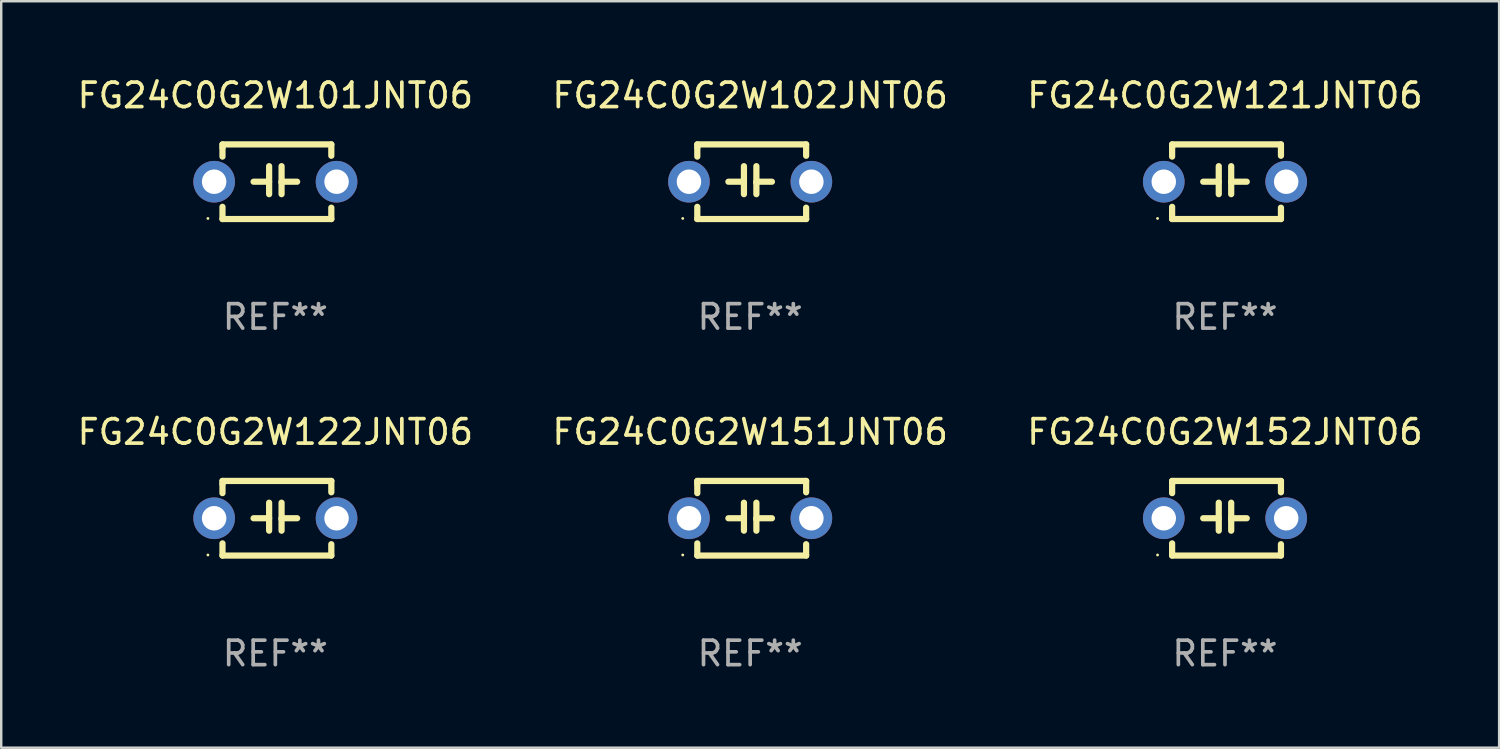
<source format=kicad_pcb>
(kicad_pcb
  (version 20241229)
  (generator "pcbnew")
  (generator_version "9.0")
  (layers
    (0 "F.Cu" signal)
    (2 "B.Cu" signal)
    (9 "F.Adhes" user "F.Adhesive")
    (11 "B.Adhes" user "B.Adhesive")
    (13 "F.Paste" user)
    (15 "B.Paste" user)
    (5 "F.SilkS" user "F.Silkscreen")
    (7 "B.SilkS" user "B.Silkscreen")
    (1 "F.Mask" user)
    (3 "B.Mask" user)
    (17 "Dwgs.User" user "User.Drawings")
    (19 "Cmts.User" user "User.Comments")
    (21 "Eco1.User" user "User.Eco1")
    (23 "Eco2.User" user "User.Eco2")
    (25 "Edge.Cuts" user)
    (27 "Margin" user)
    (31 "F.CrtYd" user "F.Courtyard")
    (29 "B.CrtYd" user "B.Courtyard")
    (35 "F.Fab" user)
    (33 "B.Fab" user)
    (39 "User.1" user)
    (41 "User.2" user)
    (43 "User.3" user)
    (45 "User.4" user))
  (footprint "FG24C0G2W121JNT06"
    (layer "F.Cu")
    (at 46.982 4.372)
    (property "Reference" "FG24C0G2W121JNT06" (at 0 -3.524 0) (layer "F.SilkS") (effects (font (size 1 1) (thickness 0.15))))
    (attr through_hole)
    (fp_line (start -2.159 -1.524) (end 2.286 -1.524) (stroke (width 0.254) (type solid)) (layer "F.SilkS"))
    (fp_line (start -2.159 -1.397) (end -2.159 -1.524) (stroke (width 0.254) (type solid)) (layer "F.SilkS"))
    (fp_line (start -2.159 -1.026) (end -2.159 -1.397) (stroke (width 0.254) (type solid)) (layer "F.SilkS"))
    (fp_line (start -2.159 1.524) (end -2.159 1.026) (stroke (width 0.254) (type solid)) (layer "F.SilkS"))
    (fp_line (start -0.889 0) (end -0.254 0) (stroke (width 0.254) (type solid)) (layer "F.SilkS"))
    (fp_line (start -0.254 0.508) (end -0.254 -0.635) (stroke (width 0.254) (type solid)) (layer "F.SilkS"))
    (fp_line (start 0.254 -0.635) (end 0.254 0.508) (stroke (width 0.254) (type solid)) (layer "F.SilkS"))
    (fp_line (start 0.254 0.04) (end 0.254 0.02) (stroke (width 0.254) (type solid)) (layer "F.SilkS"))
    (fp_line (start 0.889 0) (end 0.254 0) (stroke (width 0.254) (type solid)) (layer "F.SilkS"))
    (fp_line (start 2.286 -1.524) (end 2.286 -1.06) (stroke (width 0.254) (type solid)) (layer "F.SilkS"))
    (fp_line (start 2.286 1.06) (end 2.286 1.524) (stroke (width 0.254) (type solid)) (layer "F.SilkS"))
    (fp_line (start 2.286 1.524) (end -2.159 1.524) (stroke (width 0.254) (type solid)) (layer "F.SilkS"))
    (fp_circle (center -2.754 1.5) (end -2.724 1.5) (stroke (width 0.06) (type solid)) (fill no) (layer "F.SilkS"))
    (fp_text user "REF**" (at 0 5.524 0) (layer "F.Fab") (effects (font (size 1 1) (thickness 0.15))))
    (pad "1" thru_hole circle (at -2.5 0) (size 1.7 1.7) (drill 1) (layers "*.Cu" "*.Mask"))
    (pad "2" thru_hole circle (at 2.5 0) (size 1.7 1.7) (drill 1) (layers "*.Cu" "*.Mask")))
  (footprint "FG24C0G2W101JNT06"
    (layer "F.Cu")
    (at 8.196 4.372)
    (property "Reference" "FG24C0G2W101JNT06" (at 0 -3.524 0) (layer "F.SilkS") (effects (font (size 1 1) (thickness 0.15))))
    (attr through_hole)
    (fp_line (start -2.159 -1.524) (end 2.286 -1.524) (stroke (width 0.254) (type solid)) (layer "F.SilkS"))
    (fp_line (start -2.159 -1.397) (end -2.159 -1.524) (stroke (width 0.254) (type solid)) (layer "F.SilkS"))
    (fp_line (start -2.159 -1.026) (end -2.159 -1.397) (stroke (width 0.254) (type solid)) (layer "F.SilkS"))
    (fp_line (start -2.159 1.524) (end -2.159 1.026) (stroke (width 0.254) (type solid)) (layer "F.SilkS"))
    (fp_line (start -0.889 0) (end -0.254 0) (stroke (width 0.254) (type solid)) (layer "F.SilkS"))
    (fp_line (start -0.254 0.508) (end -0.254 -0.635) (stroke (width 0.254) (type solid)) (layer "F.SilkS"))
    (fp_line (start 0.254 -0.635) (end 0.254 0.508) (stroke (width 0.254) (type solid)) (layer "F.SilkS"))
    (fp_line (start 0.254 0.04) (end 0.254 0.02) (stroke (width 0.254) (type solid)) (layer "F.SilkS"))
    (fp_line (start 0.889 0) (end 0.254 0) (stroke (width 0.254) (type solid)) (layer "F.SilkS"))
    (fp_line (start 2.286 -1.524) (end 2.286 -1.06) (stroke (width 0.254) (type solid)) (layer "F.SilkS"))
    (fp_line (start 2.286 1.06) (end 2.286 1.524) (stroke (width 0.254) (type solid)) (layer "F.SilkS"))
    (fp_line (start 2.286 1.524) (end -2.159 1.524) (stroke (width 0.254) (type solid)) (layer "F.SilkS"))
    (fp_circle (center -2.754 1.5) (end -2.724 1.5) (stroke (width 0.06) (type solid)) (fill no) (layer "F.SilkS"))
    (fp_text user "REF**" (at 0 5.524 0) (layer "F.Fab") (effects (font (size 1 1) (thickness 0.15))))
    (pad "1" thru_hole circle (at -2.5 0) (size 1.7 1.7) (drill 1) (layers "*.Cu" "*.Mask"))
    (pad "2" thru_hole circle (at 2.5 0) (size 1.7 1.7) (drill 1) (layers "*.Cu" "*.Mask")))
  (footprint "FG24C0G2W152JNT06"
    (layer "F.Cu")
    (at 46.982 18.117)
    (property "Reference" "FG24C0G2W152JNT06" (at 0 -3.524 0) (layer "F.SilkS") (effects (font (size 1 1) (thickness 0.15))))
    (attr through_hole)
    (fp_line (start -2.159 -1.524) (end 2.286 -1.524) (stroke (width 0.254) (type solid)) (layer "F.SilkS"))
    (fp_line (start -2.159 -1.397) (end -2.159 -1.524) (stroke (width 0.254) (type solid)) (layer "F.SilkS"))
    (fp_line (start -2.159 -1.026) (end -2.159 -1.397) (stroke (width 0.254) (type solid)) (layer "F.SilkS"))
    (fp_line (start -2.159 1.524) (end -2.159 1.026) (stroke (width 0.254) (type solid)) (layer "F.SilkS"))
    (fp_line (start -0.889 0) (end -0.254 0) (stroke (width 0.254) (type solid)) (layer "F.SilkS"))
    (fp_line (start -0.254 0.508) (end -0.254 -0.635) (stroke (width 0.254) (type solid)) (layer "F.SilkS"))
    (fp_line (start 0.254 -0.635) (end 0.254 0.508) (stroke (width 0.254) (type solid)) (layer "F.SilkS"))
    (fp_line (start 0.254 0.04) (end 0.254 0.02) (stroke (width 0.254) (type solid)) (layer "F.SilkS"))
    (fp_line (start 0.889 0) (end 0.254 0) (stroke (width 0.254) (type solid)) (layer "F.SilkS"))
    (fp_line (start 2.286 -1.524) (end 2.286 -1.06) (stroke (width 0.254) (type solid)) (layer "F.SilkS"))
    (fp_line (start 2.286 1.06) (end 2.286 1.524) (stroke (width 0.254) (type solid)) (layer "F.SilkS"))
    (fp_line (start 2.286 1.524) (end -2.159 1.524) (stroke (width 0.254) (type solid)) (layer "F.SilkS"))
    (fp_circle (center -2.754 1.5) (end -2.724 1.5) (stroke (width 0.06) (type solid)) (fill no) (layer "F.SilkS"))
    (fp_text user "REF**" (at 0 5.524 0) (layer "F.Fab") (effects (font (size 1 1) (thickness 0.15))))
    (pad "1" thru_hole circle (at -2.5 0) (size 1.7 1.7) (drill 1) (layers "*.Cu" "*.Mask"))
    (pad "2" thru_hole circle (at 2.5 0) (size 1.7 1.7) (drill 1) (layers "*.Cu" "*.Mask")))
  (footprint "FG24C0G2W102JNT06"
    (layer "F.Cu")
    (at 27.589 4.372)
    (property "Reference" "FG24C0G2W102JNT06" (at 0 -3.524 0) (layer "F.SilkS") (effects (font (size 1 1) (thickness 0.15))))
    (attr through_hole)
    (fp_line (start -2.159 -1.524) (end 2.286 -1.524) (stroke (width 0.254) (type solid)) (layer "F.SilkS"))
    (fp_line (start -2.159 -1.397) (end -2.159 -1.524) (stroke (width 0.254) (type solid)) (layer "F.SilkS"))
    (fp_line (start -2.159 -1.026) (end -2.159 -1.397) (stroke (width 0.254) (type solid)) (layer "F.SilkS"))
    (fp_line (start -2.159 1.524) (end -2.159 1.026) (stroke (width 0.254) (type solid)) (layer "F.SilkS"))
    (fp_line (start -0.889 0) (end -0.254 0) (stroke (width 0.254) (type solid)) (layer "F.SilkS"))
    (fp_line (start -0.254 0.508) (end -0.254 -0.635) (stroke (width 0.254) (type solid)) (layer "F.SilkS"))
    (fp_line (start 0.254 -0.635) (end 0.254 0.508) (stroke (width 0.254) (type solid)) (layer "F.SilkS"))
    (fp_line (start 0.254 0.04) (end 0.254 0.02) (stroke (width 0.254) (type solid)) (layer "F.SilkS"))
    (fp_line (start 0.889 0) (end 0.254 0) (stroke (width 0.254) (type solid)) (layer "F.SilkS"))
    (fp_line (start 2.286 -1.524) (end 2.286 -1.06) (stroke (width 0.254) (type solid)) (layer "F.SilkS"))
    (fp_line (start 2.286 1.06) (end 2.286 1.524) (stroke (width 0.254) (type solid)) (layer "F.SilkS"))
    (fp_line (start 2.286 1.524) (end -2.159 1.524) (stroke (width 0.254) (type solid)) (layer "F.SilkS"))
    (fp_circle (center -2.754 1.5) (end -2.724 1.5) (stroke (width 0.06) (type solid)) (fill no) (layer "F.SilkS"))
    (fp_text user "REF**" (at 0 5.524 0) (layer "F.Fab") (effects (font (size 1 1) (thickness 0.15))))
    (pad "1" thru_hole circle (at -2.5 0) (size 1.7 1.7) (drill 1) (layers "*.Cu" "*.Mask"))
    (pad "2" thru_hole circle (at 2.5 0) (size 1.7 1.7) (drill 1) (layers "*.Cu" "*.Mask")))
  (footprint "FG24C0G2W151JNT06"
    (layer "F.Cu")
    (at 27.589 18.117)
    (property "Reference" "FG24C0G2W151JNT06" (at 0 -3.524 0) (layer "F.SilkS") (effects (font (size 1 1) (thickness 0.15))))
    (attr through_hole)
    (fp_line (start -2.159 -1.524) (end 2.286 -1.524) (stroke (width 0.254) (type solid)) (layer "F.SilkS"))
    (fp_line (start -2.159 -1.397) (end -2.159 -1.524) (stroke (width 0.254) (type solid)) (layer "F.SilkS"))
    (fp_line (start -2.159 -1.026) (end -2.159 -1.397) (stroke (width 0.254) (type solid)) (layer "F.SilkS"))
    (fp_line (start -2.159 1.524) (end -2.159 1.026) (stroke (width 0.254) (type solid)) (layer "F.SilkS"))
    (fp_line (start -0.889 0) (end -0.254 0) (stroke (width 0.254) (type solid)) (layer "F.SilkS"))
    (fp_line (start -0.254 0.508) (end -0.254 -0.635) (stroke (width 0.254) (type solid)) (layer "F.SilkS"))
    (fp_line (start 0.254 -0.635) (end 0.254 0.508) (stroke (width 0.254) (type solid)) (layer "F.SilkS"))
    (fp_line (start 0.254 0.04) (end 0.254 0.02) (stroke (width 0.254) (type solid)) (layer "F.SilkS"))
    (fp_line (start 0.889 0) (end 0.254 0) (stroke (width 0.254) (type solid)) (layer "F.SilkS"))
    (fp_line (start 2.286 -1.524) (end 2.286 -1.06) (stroke (width 0.254) (type solid)) (layer "F.SilkS"))
    (fp_line (start 2.286 1.06) (end 2.286 1.524) (stroke (width 0.254) (type solid)) (layer "F.SilkS"))
    (fp_line (start 2.286 1.524) (end -2.159 1.524) (stroke (width 0.254) (type solid)) (layer "F.SilkS"))
    (fp_circle (center -2.754 1.5) (end -2.724 1.5) (stroke (width 0.06) (type solid)) (fill no) (layer "F.SilkS"))
    (fp_text user "REF**" (at 0 5.524 0) (layer "F.Fab") (effects (font (size 1 1) (thickness 0.15))))
    (pad "1" thru_hole circle (at -2.5 0) (size 1.7 1.7) (drill 1) (layers "*.Cu" "*.Mask"))
    (pad "2" thru_hole circle (at 2.5 0) (size 1.7 1.7) (drill 1) (layers "*.Cu" "*.Mask")))
  (footprint "FG24C0G2W122JNT06"
    (layer "F.Cu")
    (at 8.196 18.117)
    (property "Reference" "FG24C0G2W122JNT06" (at 0 -3.524 0) (layer "F.SilkS") (effects (font (size 1 1) (thickness 0.15))))
    (attr through_hole)
    (fp_line (start -2.159 -1.524) (end 2.286 -1.524) (stroke (width 0.254) (type solid)) (layer "F.SilkS"))
    (fp_line (start -2.159 -1.397) (end -2.159 -1.524) (stroke (width 0.254) (type solid)) (layer "F.SilkS"))
    (fp_line (start -2.159 -1.026) (end -2.159 -1.397) (stroke (width 0.254) (type solid)) (layer "F.SilkS"))
    (fp_line (start -2.159 1.524) (end -2.159 1.026) (stroke (width 0.254) (type solid)) (layer "F.SilkS"))
    (fp_line (start -0.889 0) (end -0.254 0) (stroke (width 0.254) (type solid)) (layer "F.SilkS"))
    (fp_line (start -0.254 0.508) (end -0.254 -0.635) (stroke (width 0.254) (type solid)) (layer "F.SilkS"))
    (fp_line (start 0.254 -0.635) (end 0.254 0.508) (stroke (width 0.254) (type solid)) (layer "F.SilkS"))
    (fp_line (start 0.254 0.04) (end 0.254 0.02) (stroke (width 0.254) (type solid)) (layer "F.SilkS"))
    (fp_line (start 0.889 0) (end 0.254 0) (stroke (width 0.254) (type solid)) (layer "F.SilkS"))
    (fp_line (start 2.286 -1.524) (end 2.286 -1.06) (stroke (width 0.254) (type solid)) (layer "F.SilkS"))
    (fp_line (start 2.286 1.06) (end 2.286 1.524) (stroke (width 0.254) (type solid)) (layer "F.SilkS"))
    (fp_line (start 2.286 1.524) (end -2.159 1.524) (stroke (width 0.254) (type solid)) (layer "F.SilkS"))
    (fp_circle (center -2.754 1.5) (end -2.724 1.5) (stroke (width 0.06) (type solid)) (fill no) (layer "F.SilkS"))
    (fp_text user "REF**" (at 0 5.524 0) (layer "F.Fab") (effects (font (size 1 1) (thickness 0.15))))
    (pad "1" thru_hole circle (at -2.5 0) (size 1.7 1.7) (drill 1) (layers "*.Cu" "*.Mask"))
    (pad "2" thru_hole circle (at 2.5 0) (size 1.7 1.7) (drill 1) (layers "*.Cu" "*.Mask")))
  (gr_rect
    (start -3 -3)
    (end 58.179 27.489)
    (stroke (width 0.1) (type default))
    (fill no)
    (layer "Edge.Cuts")))
</source>
